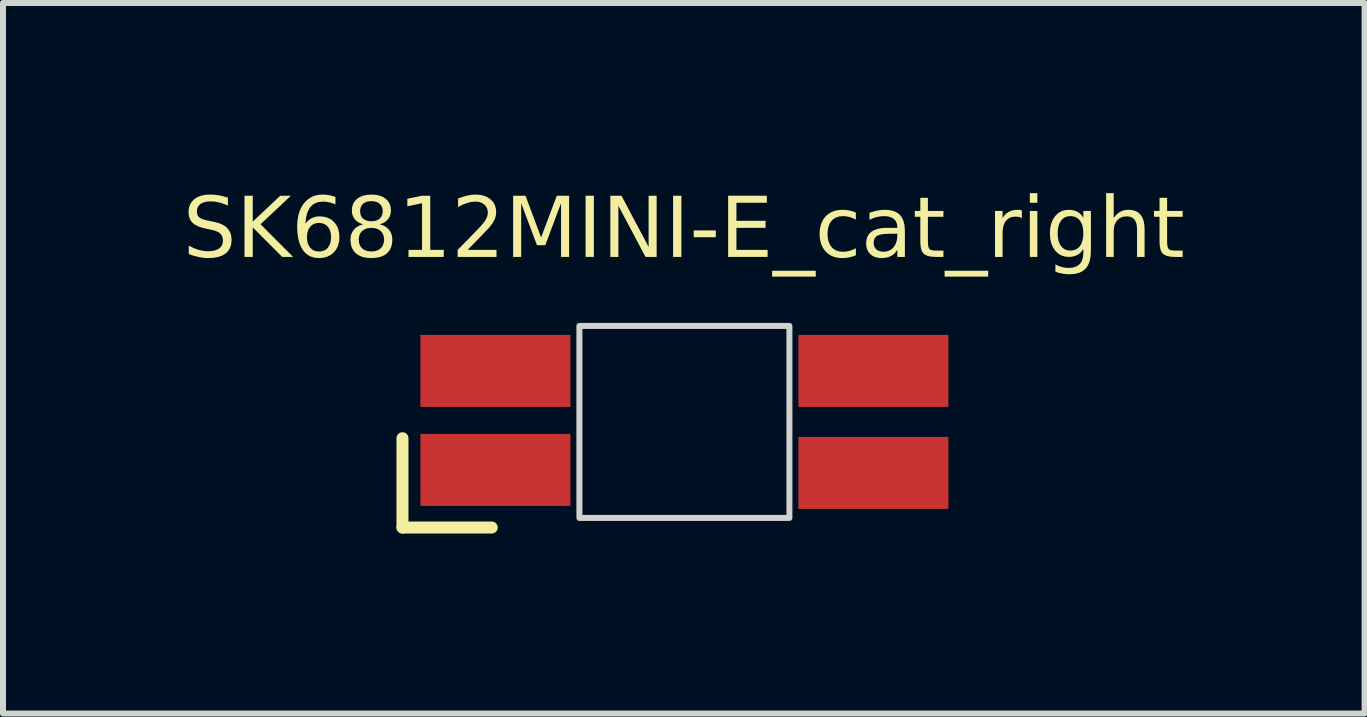
<source format=kicad_pcb>
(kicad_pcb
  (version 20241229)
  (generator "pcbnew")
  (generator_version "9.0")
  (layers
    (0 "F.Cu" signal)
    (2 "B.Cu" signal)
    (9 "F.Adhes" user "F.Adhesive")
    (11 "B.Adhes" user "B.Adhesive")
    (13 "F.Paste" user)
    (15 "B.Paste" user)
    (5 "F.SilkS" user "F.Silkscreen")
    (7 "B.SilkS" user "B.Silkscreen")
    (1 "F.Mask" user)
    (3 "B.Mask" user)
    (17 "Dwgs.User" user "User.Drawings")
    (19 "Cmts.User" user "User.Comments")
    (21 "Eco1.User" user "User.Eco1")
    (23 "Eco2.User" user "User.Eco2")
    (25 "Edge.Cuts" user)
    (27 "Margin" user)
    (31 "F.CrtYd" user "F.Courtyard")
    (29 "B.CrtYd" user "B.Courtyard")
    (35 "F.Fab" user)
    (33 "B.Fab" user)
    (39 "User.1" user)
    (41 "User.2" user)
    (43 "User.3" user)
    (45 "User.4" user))
  (footprint "SK6812MINI-E_cat_right"
    (layer "F.Cu")
    (at 8.357 3.982)
    (property "Reference" "SK6812MINI-E_cat_right" (at -0.01 -3.165 180) (layer "F.SilkS") (effects (font (face "F1.8") (size 1 1) (thickness 0.15))))
    (attr smd)
    (fp_line (start -4.699 0.272) (end -4.699 1.76) (stroke (width 0.2) (type solid)) (layer "F.SilkS"))
    (fp_line (start -4.699 1.76) (end -3.211 1.76) (stroke (width 0.2) (type solid)) (layer "F.SilkS"))
    (fp_rect (start -1.75 -1.6) (end 1.75 1.6) (stroke (width 0.1) (type default)) (fill no) (layer "Edge.Cuts"))
    (pad "1" smd rect (at 3.15 -0.85) (size 2.5 1.2) (layers "F.Cu" "F.Mask" "F.Paste"))
    (pad "2" smd rect (at 3.15 0.85) (size 2.5 1.2) (layers "F.Cu" "F.Mask" "F.Paste"))
    (pad "3" smd rect (at -3.15 0.8) (size 2.5 1.2) (layers "F.Cu" "F.Mask" "F.Paste"))
    (pad "4" smd rect (at -3.15 -0.85) (size 2.5 1.2) (layers "F.Cu" "F.Mask" "F.Paste")))
  (gr_rect
    (start -3 -3)
    (end 19.694 8.842)
    (stroke (width 0.1) (type default))
    (fill no)
    (layer "Edge.Cuts")))
</source>
